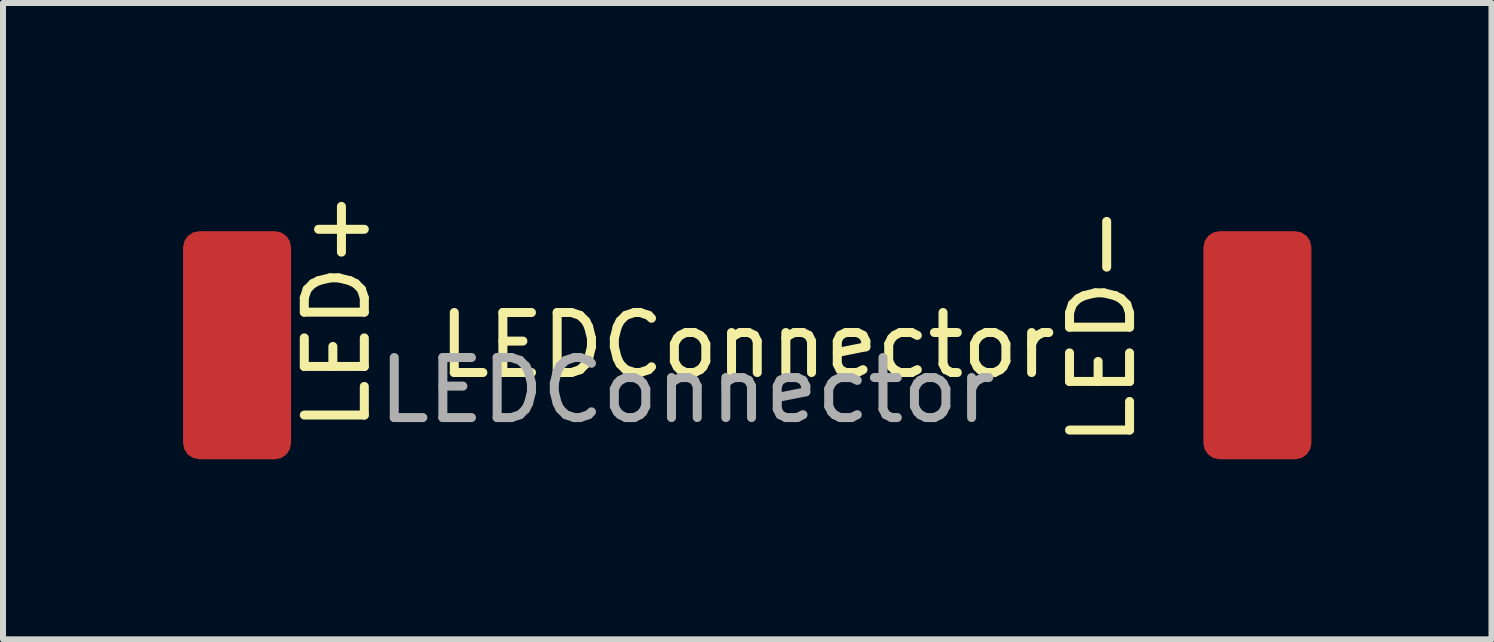
<source format=kicad_pcb>
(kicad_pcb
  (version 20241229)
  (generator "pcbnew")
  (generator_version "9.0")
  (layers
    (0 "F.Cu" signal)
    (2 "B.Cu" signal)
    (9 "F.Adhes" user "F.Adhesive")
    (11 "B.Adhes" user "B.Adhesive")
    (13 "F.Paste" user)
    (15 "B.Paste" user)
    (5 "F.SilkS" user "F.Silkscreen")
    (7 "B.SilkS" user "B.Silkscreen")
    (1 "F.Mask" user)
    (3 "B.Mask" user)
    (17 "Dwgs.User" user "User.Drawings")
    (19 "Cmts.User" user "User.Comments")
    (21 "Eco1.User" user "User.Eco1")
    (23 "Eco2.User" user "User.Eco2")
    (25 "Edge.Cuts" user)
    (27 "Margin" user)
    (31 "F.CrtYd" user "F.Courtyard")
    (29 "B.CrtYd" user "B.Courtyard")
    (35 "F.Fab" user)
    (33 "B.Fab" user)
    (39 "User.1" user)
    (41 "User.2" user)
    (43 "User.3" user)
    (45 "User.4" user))
  (footprint "LEDConnector"
    (layer "F.Cu")
    (at 0.9 2.702)
    (property "Reference" "LEDConnector" (at 8.5 0 0) (unlocked yes) (layer "F.SilkS") (effects (font (size 1 1) (thickness 0.15))))
    (attr smd)
    (fp_text user "LED-" (at 15 1.75 90) (unlocked yes) (layer "F.SilkS") (effects (font (size 1 1) (thickness 0.15)) (justify left bottom)))
    (fp_text user "LED+" (at 2.25 1.5 90) (unlocked yes) (layer "F.SilkS") (effects (font (size 1 1) (thickness 0.15)) (justify left bottom)))
    (fp_text user "${REFERENCE}" (at 7.5 0.75 0) (unlocked yes) (layer "F.Fab") (effects (font (size 1 1) (thickness 0.15))))
    (pad "1" smd roundrect (at 0 0) (size 1.8 3.8) (layers "F.Cu" "F.Mask" "F.Paste") (roundrect_rratio 0.15))
    (pad "2" smd roundrect (at 17 0) (size 1.8 3.8) (layers "F.Cu" "F.Mask" "F.Paste") (roundrect_rratio 0.15)))
  (gr_rect
    (start -3 -3)
    (end 21.8 7.602)
    (stroke (width 0.1) (type default))
    (fill no)
    (layer "Edge.Cuts")))
</source>
